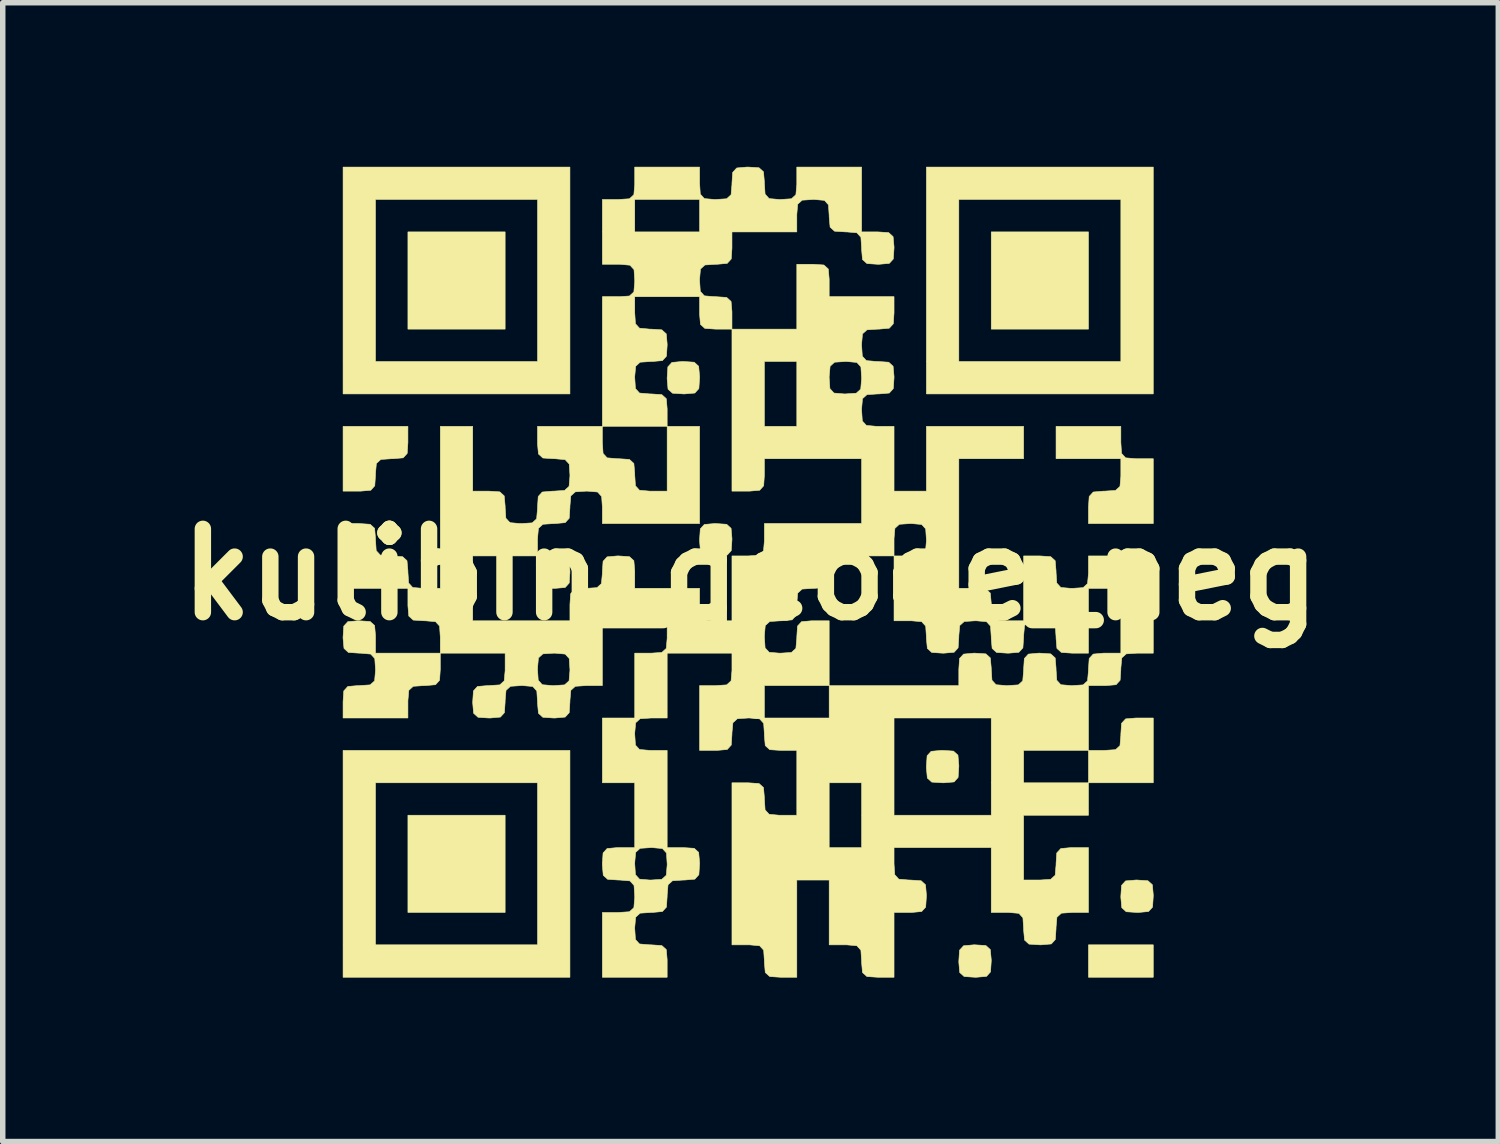
<source format=kicad_pcb>
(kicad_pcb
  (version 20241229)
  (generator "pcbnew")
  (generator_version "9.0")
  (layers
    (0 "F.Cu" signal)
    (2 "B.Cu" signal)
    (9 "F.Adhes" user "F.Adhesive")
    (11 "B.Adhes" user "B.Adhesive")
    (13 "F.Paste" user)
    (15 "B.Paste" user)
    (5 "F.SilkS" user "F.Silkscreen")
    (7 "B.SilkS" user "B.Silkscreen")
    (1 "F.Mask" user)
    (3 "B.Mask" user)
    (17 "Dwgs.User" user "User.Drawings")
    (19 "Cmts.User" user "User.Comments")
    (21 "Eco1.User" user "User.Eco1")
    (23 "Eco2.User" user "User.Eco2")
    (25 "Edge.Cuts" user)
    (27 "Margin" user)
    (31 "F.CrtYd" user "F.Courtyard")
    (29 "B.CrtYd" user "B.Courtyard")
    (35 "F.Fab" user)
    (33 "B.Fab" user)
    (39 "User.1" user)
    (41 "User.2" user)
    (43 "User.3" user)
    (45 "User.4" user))
  (footprint "kulibin_qcode_neg"
    (layer "F.Cu")
    (at 10.675 7.456)
    (property "Reference" "kulibin_qcode_neg" (at 0 0 0) (layer "F.SilkS") (effects (font (size 1.524 1.524) (thickness 0.3))))
    (attr through_hole)
    (fp_poly (pts (xy -4.487 -4.487) (xy -6.265 -4.487) (xy -6.265 -6.265) (xy -4.487 -6.265) (xy -4.487 -4.487)) (stroke (width 0.01) (type solid)) (fill yes) (layer "F.SilkS"))
    (fp_poly (pts (xy -4.487 6.181) (xy -6.265 6.181) (xy -6.265 4.403) (xy -4.487 4.403) (xy -4.487 6.181)) (stroke (width 0.01) (type solid)) (fill yes) (layer "F.SilkS"))
    (fp_poly (pts (xy 6.181 -4.487) (xy 4.403 -4.487) (xy 4.403 -6.265) (xy 6.181 -6.265) (xy 6.181 -4.487)) (stroke (width 0.01) (type solid)) (fill yes) (layer "F.SilkS"))
    (fp_poly (pts (xy 7.366 7.366) (xy 6.181 7.366) (xy 6.181 6.773) (xy 7.366 6.773) (xy 7.366 7.366)) (stroke (width 0.01) (type solid)) (fill yes) (layer "F.SilkS"))
    (fp_poly (pts (xy -3.302 -3.302) (xy -7.451 -3.302) (xy -7.451 -6.858) (xy -6.858 -6.858) (xy -6.858 -3.895) (xy -3.895 -3.895) (xy -3.895 -6.858) (xy -6.858 -6.858) (xy -7.451 -6.858) (xy -7.451 -7.451) (xy -3.302 -7.451) (xy -3.302 -3.302)) (stroke (width 0.01) (type solid)) (fill yes) (layer "F.SilkS"))
    (fp_poly (pts (xy -3.302 7.366) (xy -7.451 7.366) (xy -7.451 3.81) (xy -6.858 3.81) (xy -6.858 6.773) (xy -3.895 6.773) (xy -3.895 3.81) (xy -6.858 3.81) (xy -7.451 3.81) (xy -7.451 3.217) (xy -3.302 3.217) (xy -3.302 7.366)) (stroke (width 0.01) (type solid)) (fill yes) (layer "F.SilkS"))
    (fp_poly (pts (xy 7.366 -3.302) (xy 3.217 -3.302) (xy 3.217 -6.858) (xy 3.81 -6.858) (xy 3.81 -3.895) (xy 6.773 -3.895) (xy 6.773 -6.858) (xy 3.81 -6.858) (xy 3.217 -6.858) (xy 3.217 -7.451) (xy 7.366 -7.451) (xy 7.366 -3.302)) (stroke (width 0.01) (type solid)) (fill yes) (layer "F.SilkS"))
    (fp_poly (pts (xy -6.265 -2.413) (xy -6.278 -2.214) (xy -6.352 -2.133) (xy -6.539 -2.117) (xy -6.562 -2.117) (xy -6.76 -2.104) (xy -6.842 -2.03) (xy -6.858 -1.843) (xy -6.858 -1.82) (xy -6.871 -1.622) (xy -6.945 -1.54) (xy -7.132 -1.524) (xy -7.154 -1.524) (xy -7.451 -1.524) (xy -7.451 -2.709) (xy -6.265 -2.709) (xy -6.265 -2.413)) (stroke (width 0.01) (type solid)) (fill yes) (layer "F.SilkS"))
    (fp_poly (pts (xy -3.4 -0.326) (xy -3.318 -0.252) (xy -3.302 -0.065) (xy -3.302 -0.042) (xy -3.315 0.156) (xy -3.389 0.238) (xy -3.576 0.254) (xy -3.598 0.254) (xy -3.797 0.241) (xy -3.878 0.167) (xy -3.895 -0.02) (xy -3.895 -0.042) (xy -3.882 -0.241) (xy -3.808 -0.322) (xy -3.621 -0.339) (xy -3.598 -0.339) (xy -3.4 -0.326)) (stroke (width 0.01) (type solid)) (fill yes) (layer "F.SilkS"))
    (fp_poly (pts (xy -1.029 -3.882) (xy -0.948 -3.808) (xy -0.931 -3.621) (xy -0.931 -3.598) (xy -0.944 -3.4) (xy -1.018 -3.318) (xy -1.205 -3.302) (xy -1.228 -3.302) (xy -1.426 -3.315) (xy -1.508 -3.389) (xy -1.524 -3.576) (xy -1.524 -3.598) (xy -1.511 -3.797) (xy -1.437 -3.878) (xy -1.25 -3.895) (xy -1.228 -3.895) (xy -1.029 -3.882)) (stroke (width 0.01) (type solid)) (fill yes) (layer "F.SilkS"))
    (fp_poly (pts (xy -0.436 -0.918) (xy -0.355 -0.844) (xy -0.339 -0.658) (xy -0.339 -0.635) (xy -0.352 -0.436) (xy -0.426 -0.355) (xy -0.612 -0.339) (xy -0.635 -0.339) (xy -0.834 -0.352) (xy -0.915 -0.426) (xy -0.931 -0.612) (xy -0.931 -0.635) (xy -0.918 -0.834) (xy -0.844 -0.915) (xy -0.658 -0.931) (xy -0.635 -0.931) (xy -0.436 -0.918)) (stroke (width 0.01) (type solid)) (fill yes) (layer "F.SilkS"))
    (fp_poly (pts (xy 3.712 3.23) (xy 3.794 3.304) (xy 3.81 3.491) (xy 3.81 3.514) (xy 3.797 3.712) (xy 3.723 3.794) (xy 3.536 3.81) (xy 3.514 3.81) (xy 3.315 3.797) (xy 3.234 3.723) (xy 3.217 3.536) (xy 3.217 3.514) (xy 3.23 3.315) (xy 3.304 3.234) (xy 3.491 3.217) (xy 3.514 3.217) (xy 3.712 3.23)) (stroke (width 0.01) (type solid)) (fill yes) (layer "F.SilkS"))
    (fp_poly (pts (xy 4.305 6.786) (xy 4.386 6.86) (xy 4.403 7.047) (xy 4.403 7.07) (xy 4.39 7.268) (xy 4.316 7.35) (xy 4.129 7.366) (xy 4.106 7.366) (xy 3.908 7.353) (xy 3.826 7.279) (xy 3.81 7.092) (xy 3.81 7.07) (xy 3.823 6.871) (xy 3.897 6.79) (xy 4.084 6.773) (xy 4.106 6.773) (xy 4.305 6.786)) (stroke (width 0.01) (type solid)) (fill yes) (layer "F.SilkS"))
    (fp_poly (pts (xy 7.268 5.601) (xy 7.35 5.675) (xy 7.366 5.862) (xy 7.366 5.884) (xy 7.353 6.083) (xy 7.279 6.164) (xy 7.092 6.181) (xy 7.07 6.181) (xy 6.871 6.168) (xy 6.79 6.094) (xy 6.773 5.907) (xy 6.773 5.884) (xy 6.786 5.686) (xy 6.86 5.604) (xy 7.047 5.588) (xy 7.07 5.588) (xy 7.268 5.601)) (stroke (width 0.01) (type solid)) (fill yes) (layer "F.SilkS"))
    (fp_poly (pts (xy 6.773 -2.413) (xy 6.786 -2.214) (xy 6.86 -2.133) (xy 7.047 -2.117) (xy 7.07 -2.117) (xy 7.366 -2.117) (xy 7.366 -0.931) (xy 6.181 -0.931) (xy 6.181 -1.228) (xy 6.194 -1.426) (xy 6.268 -1.508) (xy 6.454 -1.524) (xy 6.477 -1.524) (xy 6.676 -1.537) (xy 6.757 -1.611) (xy 6.773 -1.798) (xy 6.773 -1.82) (xy 6.773 -2.117) (xy 5.588 -2.117) (xy 5.588 -2.709) (xy 6.773 -2.709) (xy 6.773 -2.413)) (stroke (width 0.01) (type solid)) (fill yes) (layer "F.SilkS"))
    (fp_poly (pts (xy -6.956 0.86) (xy -6.874 0.934) (xy -6.858 1.12) (xy -6.858 1.143) (xy -6.858 1.439) (xy -5.673 1.439) (xy -5.673 1.736) (xy -5.686 1.934) (xy -5.76 2.016) (xy -5.946 2.032) (xy -5.969 2.032) (xy -6.168 2.045) (xy -6.249 2.119) (xy -6.265 2.306) (xy -6.265 2.328) (xy -6.265 2.625) (xy -7.451 2.625) (xy -7.451 2.328) (xy -7.438 2.13) (xy -7.364 2.048) (xy -7.177 2.032) (xy -7.154 2.032) (xy -6.956 2.019) (xy -6.874 1.945) (xy -6.858 1.758) (xy -6.858 1.736) (xy -6.871 1.537) (xy -6.945 1.456) (xy -7.132 1.439) (xy -7.154 1.439) (xy -7.353 1.426) (xy -7.434 1.352) (xy -7.451 1.166) (xy -7.451 1.143) (xy -7.438 0.944) (xy -7.364 0.863) (xy -7.177 0.847) (xy -7.154 0.847) (xy -6.956 0.86)) (stroke (width 0.01) (type solid)) (fill yes) (layer "F.SilkS"))
    (fp_poly (pts (xy -0.931 -7.154) (xy -0.918 -6.956) (xy -0.844 -6.874) (xy -0.658 -6.858) (xy -0.635 -6.858) (xy -0.436 -6.871) (xy -0.355 -6.945) (xy -0.339 -7.132) (xy -0.339 -7.154) (xy -0.326 -7.353) (xy -0.252 -7.434) (xy -0.065 -7.451) (xy -0.042 -7.451) (xy 0.156 -7.438) (xy 0.238 -7.364) (xy 0.254 -7.177) (xy 0.254 -7.154) (xy 0.267 -6.956) (xy 0.341 -6.874) (xy 0.528 -6.858) (xy 0.55 -6.858) (xy 0.749 -6.871) (xy 0.83 -6.945) (xy 0.847 -7.132) (xy 0.847 -7.154) (xy 0.847 -7.451) (xy 2.032 -7.451) (xy 2.032 -6.265) (xy 2.328 -6.265) (xy 2.527 -6.252) (xy 2.608 -6.178) (xy 2.625 -5.992) (xy 2.625 -5.969) (xy 2.612 -5.77) (xy 2.538 -5.689) (xy 2.351 -5.673) (xy 2.328 -5.673) (xy 2.13 -5.686) (xy 2.048 -5.76) (xy 2.032 -5.946) (xy 2.032 -5.969) (xy 2.019 -6.168) (xy 1.945 -6.249) (xy 1.758 -6.265) (xy 1.736 -6.265) (xy 1.537 -6.278) (xy 1.456 -6.352) (xy 1.439 -6.539) (xy 1.439 -6.562) (xy 1.426 -6.76) (xy 1.352 -6.842) (xy 1.166 -6.858) (xy 1.143 -6.858) (xy 0.944 -6.845) (xy 0.863 -6.771) (xy 0.847 -6.584) (xy 0.847 -6.562) (xy 0.847 -6.265) (xy -0.339 -6.265) (xy -0.339 -5.969) (xy -0.352 -5.77) (xy -0.426 -5.689) (xy -0.612 -5.673) (xy -0.635 -5.673) (xy -0.834 -5.66) (xy -0.915 -5.586) (xy -0.931 -5.399) (xy -0.931 -5.376) (xy -0.918 -5.178) (xy -0.844 -5.096) (xy -0.658 -5.08) (xy -0.635 -5.08) (xy -0.436 -5.067) (xy -0.355 -4.993) (xy -0.339 -4.806) (xy -0.339 -4.784) (xy -0.339 -4.487) (xy 0.847 -4.487) (xy 0.847 -5.673) (xy 1.143 -5.673) (xy 1.342 -5.66) (xy 1.423 -5.586) (xy 1.439 -5.399) (xy 1.439 -5.376) (xy 1.439 -5.08) (xy 2.625 -5.08) (xy 2.625 -4.784) (xy 2.612 -4.585) (xy 2.538 -4.504) (xy 2.351 -4.487) (xy 2.328 -4.487) (xy 2.13 -4.474) (xy 2.048 -4.4) (xy 2.032 -4.214) (xy 2.032 -4.191) (xy 2.045 -3.992) (xy 2.119 -3.911) (xy 2.306 -3.895) (xy 2.328 -3.895) (xy 2.527 -3.882) (xy 2.608 -3.808) (xy 2.625 -3.621) (xy 2.625 -3.598) (xy 2.612 -3.4) (xy 2.538 -3.318) (xy 2.351 -3.302) (xy 2.328 -3.302) (xy 2.13 -3.289) (xy 2.048 -3.215) (xy 2.032 -3.028) (xy 2.032 -3.006) (xy 2.045 -2.807) (xy 2.119 -2.726) (xy 2.306 -2.709) (xy 2.328 -2.709) (xy 2.625 -2.709) (xy 2.625 -1.524) (xy 3.217 -1.524) (xy 3.217 -2.709) (xy 4.995 -2.709) (xy 4.995 -2.117) (xy 3.81 -2.117) (xy 3.81 0.254) (xy 4.106 0.254) (xy 4.305 0.267) (xy 4.386 0.341) (xy 4.403 0.528) (xy 4.403 0.55) (xy 4.416 0.749) (xy 4.49 0.83) (xy 4.676 0.847) (xy 4.699 0.847) (xy 4.995 0.847) (xy 4.995 -0.339) (xy 5.292 -0.339) (xy 5.49 -0.326) (xy 5.572 -0.252) (xy 5.588 -0.065) (xy 5.588 -0.042) (xy 5.601 0.156) (xy 5.675 0.238) (xy 5.862 0.254) (xy 5.884 0.254) (xy 6.083 0.241) (xy 6.164 0.167) (xy 6.181 -0.02) (xy 6.181 -0.042) (xy 6.181 -0.339) (xy 7.366 -0.339) (xy 7.366 1.439) (xy 7.07 1.439) (xy 6.871 1.452) (xy 6.79 1.526) (xy 6.773 1.713) (xy 6.773 1.736) (xy 6.76 1.934) (xy 6.686 2.016) (xy 6.5 2.032) (xy 6.477 2.032) (xy 6.181 2.032) (xy 6.181 3.217) (xy 6.477 3.217) (xy 6.676 3.204) (xy 6.757 3.13) (xy 6.773 2.944) (xy 6.773 2.921) (xy 6.786 2.722) (xy 6.86 2.641) (xy 7.047 2.625) (xy 7.07 2.625) (xy 7.366 2.625) (xy 7.366 3.81) (xy 6.181 3.81) (xy 6.181 4.403) (xy 4.995 4.403) (xy 4.995 5.588) (xy 5.292 5.588) (xy 5.49 5.575) (xy 5.572 5.501) (xy 5.588 5.314) (xy 5.588 5.292) (xy 5.601 5.093) (xy 5.675 5.012) (xy 5.862 4.995) (xy 5.884 4.995) (xy 6.181 4.995) (xy 6.181 6.181) (xy 5.884 6.181) (xy 5.686 6.194) (xy 5.604 6.268) (xy 5.588 6.454) (xy 5.588 6.477) (xy 5.575 6.676) (xy 5.501 6.757) (xy 5.314 6.773) (xy 5.292 6.773) (xy 5.093 6.76) (xy 5.012 6.686) (xy 4.995 6.5) (xy 4.995 6.477) (xy 4.982 6.278) (xy 4.908 6.197) (xy 4.722 6.181) (xy 4.699 6.181) (xy 4.403 6.181) (xy 4.403 4.995) (xy 2.625 4.995) (xy 2.625 5.292) (xy 2.638 5.49) (xy 2.712 5.572) (xy 2.898 5.588) (xy 2.921 5.588) (xy 3.12 5.601) (xy 3.201 5.675) (xy 3.217 5.862) (xy 3.217 5.884) (xy 3.204 6.083) (xy 3.13 6.164) (xy 2.944 6.181) (xy 2.921 6.181) (xy 2.625 6.181) (xy 2.625 7.366) (xy 2.328 7.366) (xy 2.13 7.353) (xy 2.048 7.279) (xy 2.032 7.092) (xy 2.032 7.07) (xy 2.019 6.871) (xy 1.945 6.79) (xy 1.758 6.773) (xy 1.736 6.773) (xy 1.439 6.773) (xy 1.439 5.588) (xy 0.847 5.588) (xy 0.847 7.366) (xy 0.55 7.366) (xy 0.352 7.353) (xy 0.27 7.279) (xy 0.254 7.092) (xy 0.254 7.07) (xy 0.241 6.871) (xy 0.167 6.79) (xy -0.02 6.773) (xy -0.042 6.773) (xy -0.339 6.773) (xy -0.339 3.81) (xy -0.042 3.81) (xy 0.156 3.823) (xy 0.238 3.897) (xy 0.254 4.084) (xy 0.254 4.106) (xy 0.267 4.305) (xy 0.341 4.386) (xy 0.528 4.403) (xy 0.55 4.403) (xy 0.847 4.403) (xy 0.847 3.81) (xy 1.439 3.81) (xy 1.439 4.995) (xy 2.032 4.995) (xy 2.032 3.81) (xy 1.439 3.81) (xy 0.847 3.81) (xy 0.847 3.217) (xy 0.55 3.217) (xy 0.352 3.204) (xy 0.27 3.13) (xy 0.254 2.944) (xy 0.254 2.921) (xy 0.241 2.722) (xy 0.167 2.641) (xy -0.02 2.625) (xy -0.042 2.625) (xy -0.241 2.638) (xy -0.322 2.712) (xy -0.339 2.898) (xy -0.339 2.921) (xy -0.352 3.12) (xy -0.426 3.201) (xy -0.612 3.217) (xy -0.635 3.217) (xy -0.931 3.217) (xy -0.931 2.032) (xy -0.635 2.032) (xy 0.254 2.032) (xy 0.254 2.625) (xy 1.439 2.625) (xy 2.625 2.625) (xy 2.625 4.403) (xy 4.403 4.403) (xy 4.403 3.217) (xy 4.995 3.217) (xy 4.995 3.81) (xy 6.181 3.81) (xy 6.181 3.217) (xy 4.995 3.217) (xy 4.403 3.217) (xy 4.403 2.625) (xy 2.625 2.625) (xy 1.439 2.625) (xy 1.439 2.032) (xy 0.254 2.032) (xy -0.635 2.032) (xy -0.436 2.019) (xy -0.355 1.945) (xy -0.339 1.758) (xy -0.339 1.736) (xy -0.339 1.439) (xy -1.524 1.439) (xy -1.524 2.625) (xy -1.82 2.625) (xy -2.019 2.638) (xy -2.1 2.712) (xy -2.117 2.898) (xy -2.117 2.921) (xy -2.104 3.12) (xy -2.03 3.201) (xy -1.843 3.217) (xy -1.82 3.217) (xy -1.524 3.217) (xy -1.524 4.995) (xy -1.228 4.995) (xy -1.029 5.008) (xy -0.948 5.082) (xy -0.931 5.269) (xy -0.931 5.292) (xy -0.944 5.49) (xy -1.018 5.572) (xy -1.205 5.588) (xy -1.228 5.588) (xy -1.426 5.601) (xy -1.508 5.675) (xy -1.524 5.862) (xy -1.524 5.884) (xy -1.537 6.083) (xy -1.611 6.164) (xy -1.798 6.181) (xy -1.82 6.181) (xy -2.019 6.194) (xy -2.1 6.268) (xy -2.117 6.454) (xy -2.117 6.477) (xy -2.104 6.676) (xy -2.03 6.757) (xy -1.843 6.773) (xy -1.82 6.773) (xy -1.622 6.786) (xy -1.54 6.86) (xy -1.524 7.047) (xy -1.524 7.07) (xy -1.524 7.366) (xy -2.709 7.366) (xy -2.709 6.181) (xy -2.413 6.181) (xy -2.214 6.168) (xy -2.133 6.094) (xy -2.117 5.907) (xy -2.117 5.884) (xy -2.13 5.686) (xy -2.204 5.604) (xy -2.39 5.588) (xy -2.413 5.588) (xy -2.612 5.575) (xy -2.693 5.501) (xy -2.709 5.314) (xy -2.709 5.292) (xy -2.117 5.292) (xy -2.104 5.49) (xy -2.03 5.572) (xy -1.843 5.588) (xy -1.82 5.588) (xy -1.622 5.575) (xy -1.54 5.501) (xy -1.524 5.314) (xy -1.524 5.292) (xy -1.537 5.093) (xy -1.611 5.012) (xy -1.798 4.995) (xy -1.82 4.995) (xy -2.019 5.008) (xy -2.1 5.082) (xy -2.117 5.269) (xy -2.117 5.292) (xy -2.709 5.292) (xy -2.696 5.093) (xy -2.622 5.012) (xy -2.436 4.995) (xy -2.413 4.995) (xy -2.117 4.995) (xy -2.117 3.81) (xy -2.709 3.81) (xy -2.709 2.625) (xy -2.117 2.625) (xy -2.117 1.439) (xy -1.82 1.439) (xy -1.622 1.426) (xy -1.54 1.352) (xy -1.524 1.166) (xy -1.524 1.143) (xy 0.254 1.143) (xy 0.267 1.342) (xy 0.341 1.423) (xy 0.528 1.439) (xy 0.55 1.439) (xy 0.749 1.426) (xy 0.83 1.352) (xy 0.847 1.166) (xy 0.847 1.143) (xy 0.86 0.944) (xy 0.934 0.863) (xy 1.12 0.847) (xy 1.143 0.847) (xy 1.439 0.847) (xy 1.439 2.032) (xy 3.81 2.032) (xy 3.81 1.736) (xy 3.823 1.537) (xy 3.897 1.456) (xy 4.084 1.439) (xy 4.106 1.439) (xy 4.305 1.452) (xy 4.386 1.526) (xy 4.403 1.713) (xy 4.403 1.736) (xy 4.416 1.934) (xy 4.49 2.016) (xy 4.676 2.032) (xy 4.699 2.032) (xy 4.898 2.019) (xy 4.979 1.945) (xy 4.995 1.758) (xy 4.995 1.736) (xy 5.008 1.537) (xy 5.082 1.456) (xy 5.269 1.439) (xy 5.292 1.439) (xy 5.49 1.452) (xy 5.572 1.526) (xy 5.588 1.713) (xy 5.588 1.736) (xy 5.601 1.934) (xy 5.675 2.016) (xy 5.862 2.032) (xy 5.884 2.032) (xy 6.083 2.019) (xy 6.164 1.945) (xy 6.181 1.758) (xy 6.181 1.736) (xy 6.194 1.537) (xy 6.268 1.456) (xy 6.454 1.439) (xy 6.477 1.439) (xy 6.773 1.439) (xy 6.773 0.254) (xy 6.181 0.254) (xy 6.181 1.439) (xy 5.884 1.439) (xy 5.686 1.426) (xy 5.604 1.352) (xy 5.588 1.166) (xy 5.588 1.143) (xy 5.575 0.944) (xy 5.501 0.863) (xy 5.314 0.847) (xy 5.292 0.847) (xy 5.093 0.86) (xy 5.012 0.934) (xy 4.995 1.12) (xy 4.995 1.143) (xy 4.982 1.342) (xy 4.908 1.423) (xy 4.722 1.439) (xy 4.699 1.439) (xy 4.5 1.426) (xy 4.419 1.352) (xy 4.403 1.166) (xy 4.403 1.143) (xy 4.39 0.944) (xy 4.316 0.863) (xy 4.129 0.847) (xy 4.106 0.847) (xy 3.908 0.86) (xy 3.826 0.934) (xy 3.81 1.12) (xy 3.81 1.143) (xy 3.797 1.342) (xy 3.723 1.423) (xy 3.536 1.439) (xy 3.514 1.439) (xy 3.315 1.426) (xy 3.234 1.352) (xy 3.217 1.166) (xy 3.217 1.143) (xy 3.204 0.944) (xy 3.13 0.863) (xy 2.944 0.847) (xy 2.921 0.847) (xy 2.625 0.847) (xy 2.625 -0.339) (xy 1.439 -0.339) (xy 1.439 -0.042) (xy 1.426 0.156) (xy 1.352 0.238) (xy 1.166 0.254) (xy 1.143 0.254) (xy 0.944 0.267) (xy 0.863 0.341) (xy 0.847 0.528) (xy 0.847 0.55) (xy 0.834 0.749) (xy 0.76 0.83) (xy 0.573 0.847) (xy 0.55 0.847) (xy 0.352 0.86) (xy 0.27 0.934) (xy 0.254 1.12) (xy 0.254 1.143) (xy -1.524 1.143) (xy -1.524 0.847) (xy -2.709 0.847) (xy -2.709 2.032) (xy -3.006 2.032) (xy -3.204 2.045) (xy -3.286 2.119) (xy -3.302 2.306) (xy -3.302 2.328) (xy -3.315 2.527) (xy -3.389 2.608) (xy -3.576 2.625) (xy -3.598 2.625) (xy -3.797 2.612) (xy -3.878 2.538) (xy -3.895 2.351) (xy -3.895 2.328) (xy -3.908 2.13) (xy -3.982 2.048) (xy -4.168 2.032) (xy -4.191 2.032) (xy -4.39 2.045) (xy -4.471 2.119) (xy -4.487 2.306) (xy -4.487 2.328) (xy -4.5 2.527) (xy -4.574 2.608) (xy -4.761 2.625) (xy -4.784 2.625) (xy -4.982 2.612) (xy -5.064 2.538) (xy -5.08 2.351) (xy -5.08 2.328) (xy -5.067 2.13) (xy -4.993 2.048) (xy -4.806 2.032) (xy -4.784 2.032) (xy -4.585 2.019) (xy -4.504 1.945) (xy -4.487 1.758) (xy -4.487 1.736) (xy -3.895 1.736) (xy -3.882 1.934) (xy -3.808 2.016) (xy -3.621 2.032) (xy -3.598 2.032) (xy -3.4 2.019) (xy -3.318 1.945) (xy -3.302 1.758) (xy -3.302 1.736) (xy -3.315 1.537) (xy -3.389 1.456) (xy -3.576 1.439) (xy -3.598 1.439) (xy -3.797 1.452) (xy -3.878 1.526) (xy -3.895 1.713) (xy -3.895 1.736) (xy -4.487 1.736) (xy -4.487 1.439) (xy -5.673 1.439) (xy -5.673 1.143) (xy -5.686 0.944) (xy -5.76 0.863) (xy -5.946 0.847) (xy -5.969 0.847) (xy -6.168 0.834) (xy -6.249 0.76) (xy -6.265 0.573) (xy -6.265 0.55) (xy -6.265 0.254) (xy -7.451 0.254) (xy -7.451 -0.931) (xy -7.154 -0.931) (xy -6.956 -0.918) (xy -6.874 -0.844) (xy -6.858 -0.658) (xy -6.858 -0.635) (xy -6.845 -0.436) (xy -6.771 -0.355) (xy -6.584 -0.339) (xy -6.562 -0.339) (xy -6.363 -0.326) (xy -6.282 -0.252) (xy -6.265 -0.065) (xy -6.265 -0.042) (xy -6.252 0.156) (xy -6.178 0.238) (xy -5.992 0.254) (xy -5.969 0.254) (xy -5.673 0.254) (xy -5.673 -0.339) (xy -5.08 -0.339) (xy -5.08 0.847) (xy -3.302 0.847) (xy -3.302 0.55) (xy -3.289 0.352) (xy -3.215 0.27) (xy -3.028 0.254) (xy -3.006 0.254) (xy -2.807 0.241) (xy -2.726 0.167) (xy -2.709 -0.02) (xy -2.709 -0.042) (xy -2.696 -0.241) (xy -2.622 -0.322) (xy -2.436 -0.339) (xy -2.413 -0.339) (xy -2.214 -0.326) (xy -2.133 -0.252) (xy -2.117 -0.065) (xy -2.117 -0.042) (xy -2.117 0.254) (xy -0.931 0.254) (xy -0.931 0.55) (xy -0.918 0.749) (xy -0.844 0.83) (xy -0.658 0.847) (xy -0.635 0.847) (xy -0.339 0.847) (xy -0.339 -0.339) (xy -0.042 -0.339) (xy 0.156 -0.352) (xy 0.238 -0.426) (xy 0.254 -0.612) (xy 0.254 -0.635) (xy 2.625 -0.635) (xy 2.625 -0.339) (xy 2.921 -0.339) (xy 3.12 -0.352) (xy 3.201 -0.426) (xy 3.217 -0.612) (xy 3.217 -0.635) (xy 3.204 -0.834) (xy 3.13 -0.915) (xy 2.944 -0.931) (xy 2.921 -0.931) (xy 2.722 -0.918) (xy 2.641 -0.844) (xy 2.625 -0.658) (xy 2.625 -0.635) (xy 0.254 -0.635) (xy 0.254 -0.931) (xy 2.032 -0.931) (xy 2.032 -2.117) (xy 0.254 -2.117) (xy 0.254 -1.82) (xy 0.241 -1.622) (xy 0.167 -1.54) (xy -0.02 -1.524) (xy -0.042 -1.524) (xy -0.339 -1.524) (xy -0.339 -3.895) (xy 0.254 -3.895) (xy 0.254 -2.709) (xy 0.847 -2.709) (xy 0.847 -3.598) (xy 1.439 -3.598) (xy 1.452 -3.4) (xy 1.526 -3.318) (xy 1.713 -3.302) (xy 1.736 -3.302) (xy 1.934 -3.315) (xy 2.016 -3.389) (xy 2.032 -3.576) (xy 2.032 -3.598) (xy 2.019 -3.797) (xy 1.945 -3.878) (xy 1.758 -3.895) (xy 1.736 -3.895) (xy 1.537 -3.882) (xy 1.456 -3.808) (xy 1.439 -3.621) (xy 1.439 -3.598) (xy 0.847 -3.598) (xy 0.847 -3.895) (xy 0.254 -3.895) (xy -0.339 -3.895) (xy -0.339 -4.487) (xy -0.635 -4.487) (xy -0.834 -4.5) (xy -0.915 -4.574) (xy -0.931 -4.761) (xy -0.931 -4.784) (xy -0.931 -5.08) (xy -2.117 -5.08) (xy -2.117 -4.784) (xy -2.104 -4.585) (xy -2.03 -4.504) (xy -1.843 -4.487) (xy -1.82 -4.487) (xy -1.622 -4.474) (xy -1.54 -4.4) (xy -1.524 -4.214) (xy -1.524 -4.191) (xy -1.537 -3.992) (xy -1.611 -3.911) (xy -1.798 -3.895) (xy -1.82 -3.895) (xy -2.019 -3.882) (xy -2.1 -3.808) (xy -2.117 -3.621) (xy -2.117 -3.598) (xy -2.104 -3.4) (xy -2.03 -3.318) (xy -1.843 -3.302) (xy -1.82 -3.302) (xy -1.622 -3.289) (xy -1.54 -3.215) (xy -1.524 -3.028) (xy -1.524 -3.006) (xy -1.524 -2.709) (xy -0.931 -2.709) (xy -0.931 -0.931) (xy -2.709 -0.931) (xy -2.709 -1.228) (xy -2.722 -1.426) (xy -2.796 -1.508) (xy -2.983 -1.524) (xy -3.006 -1.524) (xy -3.204 -1.511) (xy -3.286 -1.437) (xy -3.302 -1.25) (xy -3.302 -1.228) (xy -3.315 -1.029) (xy -3.389 -0.948) (xy -3.576 -0.931) (xy -3.598 -0.931) (xy -3.797 -0.918) (xy -3.878 -0.844) (xy -3.895 -0.658) (xy -3.895 -0.635) (xy -3.895 -0.339) (xy -5.08 -0.339) (xy -5.673 -0.339) (xy -5.673 -2.709) (xy -5.08 -2.709) (xy -5.08 -1.524) (xy -4.784 -1.524) (xy -4.585 -1.511) (xy -4.504 -1.437) (xy -4.487 -1.25) (xy -4.487 -1.228) (xy -4.474 -1.029) (xy -4.4 -0.948) (xy -4.214 -0.931) (xy -4.191 -0.931) (xy -3.992 -0.944) (xy -3.911 -1.018) (xy -3.895 -1.205) (xy -3.895 -1.228) (xy -3.882 -1.426) (xy -3.808 -1.508) (xy -3.621 -1.524) (xy -3.598 -1.524) (xy -3.4 -1.537) (xy -3.318 -1.611) (xy -3.302 -1.798) (xy -3.302 -1.82) (xy -3.315 -2.019) (xy -3.389 -2.1) (xy -3.576 -2.117) (xy -3.598 -2.117) (xy -3.797 -2.13) (xy -3.878 -2.204) (xy -3.895 -2.39) (xy -3.895 -2.413) (xy -3.895 -2.709) (xy -2.709 -2.709) (xy -2.709 -2.413) (xy -2.696 -2.214) (xy -2.622 -2.133) (xy -2.436 -2.117) (xy -2.413 -2.117) (xy -2.214 -2.104) (xy -2.133 -2.03) (xy -2.117 -1.843) (xy -2.117 -1.82) (xy -2.104 -1.622) (xy -2.03 -1.54) (xy -1.843 -1.524) (xy -1.82 -1.524) (xy -1.524 -1.524) (xy -1.524 -2.709) (xy -2.709 -2.709) (xy -2.709 -5.08) (xy -2.413 -5.08) (xy -2.214 -5.093) (xy -2.133 -5.167) (xy -2.117 -5.354) (xy -2.117 -5.376) (xy -2.13 -5.575) (xy -2.204 -5.656) (xy -2.39 -5.673) (xy -2.413 -5.673) (xy -2.709 -5.673) (xy -2.709 -6.858) (xy -2.413 -6.858) (xy -2.117 -6.858) (xy -2.117 -6.265) (xy -0.931 -6.265) (xy -0.931 -6.858) (xy -2.117 -6.858) (xy -2.413 -6.858) (xy -2.214 -6.871) (xy -2.133 -6.945) (xy -2.117 -7.132) (xy -2.117 -7.154) (xy -2.117 -7.451) (xy -0.931 -7.451) (xy -0.931 -7.154)) (stroke (width 0.01) (type solid)) (fill yes) (layer "F.SilkS")))
  (gr_rect
    (start -3 -3)
    (end 24.351 17.827)
    (stroke (width 0.1) (type default))
    (fill no)
    (layer "Edge.Cuts")))
</source>
